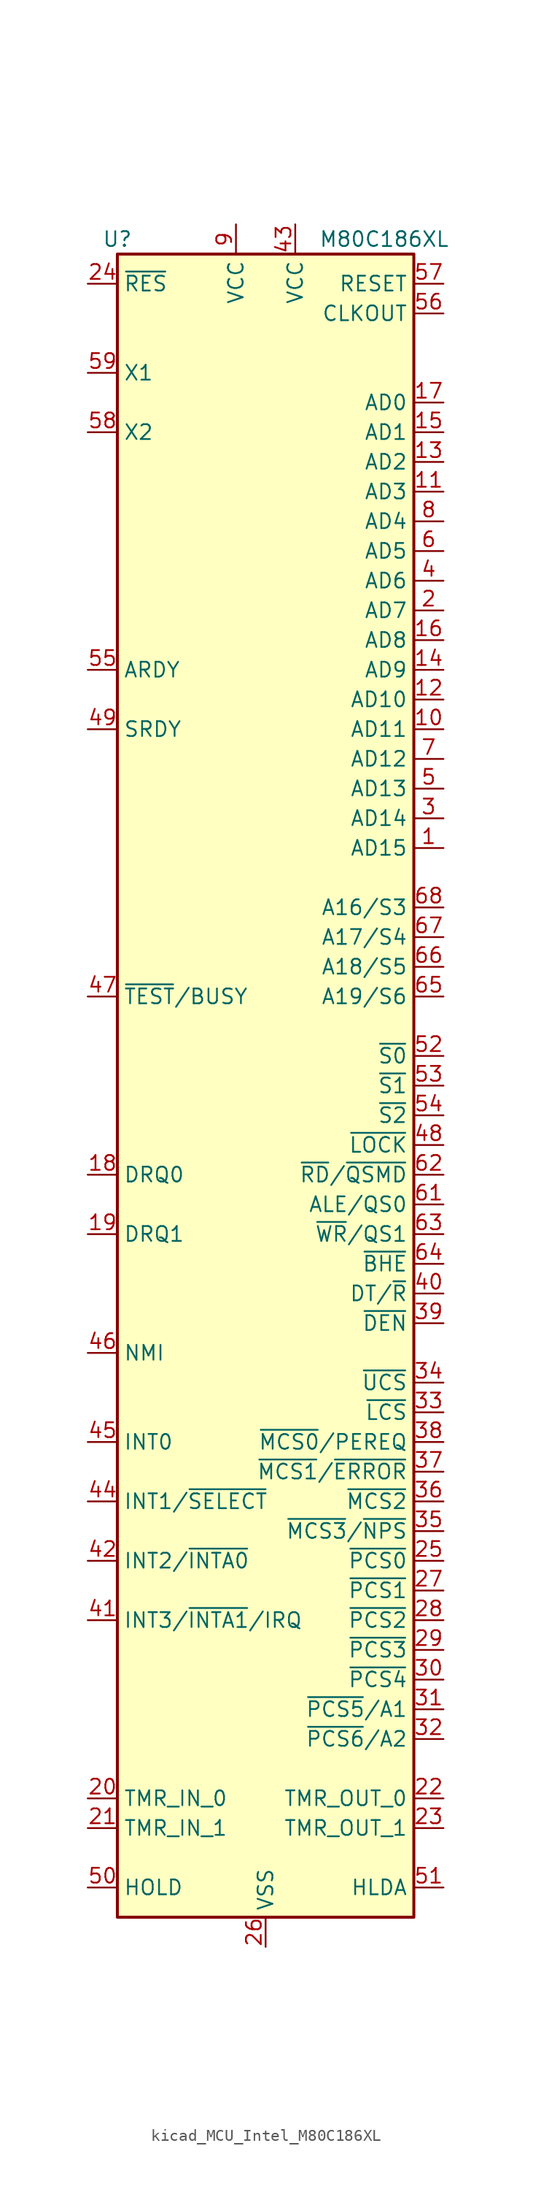
<source format=kicad_sym>
(kicad_symbol_lib
  (version 20220914)
  (generator kicad_symbol_editor)
  (symbol "kicad_MCU_Intel_M80C186XL"
    (property "Reference" "U"
      (at -12.7 72.39 0)
      (effects (font (size 1.27 1.27))))
    (property "Value" "M80C186XL"
      (at 10.16 72.39 0)
      (effects (font (size 1.27 1.27))))
    (symbol "kicad_MCU_Intel_M80C186XL_0_1"
      (rectangle (start 12.7 -71.12) (end -12.7 71.12) (stroke (width 0.254) (type default)) (fill (type background))))
    (symbol "kicad_MCU_Intel_M80C186XL_1_1"
      (pin bidirectional line (at 15.24 20.32 180) (length 2.54) (name "AD15" (effects (font (size 1.27 1.27)))) (number "1" (effects (font (size 1.27 1.27)))))
      (pin bidirectional line (at 15.24 30.48 180) (length 2.54) (name "AD11" (effects (font (size 1.27 1.27)))) (number "10" (effects (font (size 1.27 1.27)))))
      (pin bidirectional line (at 15.24 50.8 180) (length 2.54) (name "AD3" (effects (font (size 1.27 1.27)))) (number "11" (effects (font (size 1.27 1.27)))))
      (pin bidirectional line (at 15.24 33.02 180) (length 2.54) (name "AD10" (effects (font (size 1.27 1.27)))) (number "12" (effects (font (size 1.27 1.27)))))
      (pin bidirectional line (at 15.24 53.34 180) (length 2.54) (name "AD2" (effects (font (size 1.27 1.27)))) (number "13" (effects (font (size 1.27 1.27)))))
      (pin bidirectional line (at 15.24 35.56 180) (length 2.54) (name "AD9" (effects (font (size 1.27 1.27)))) (number "14" (effects (font (size 1.27 1.27)))))
      (pin bidirectional line (at 15.24 55.88 180) (length 2.54) (name "AD1" (effects (font (size 1.27 1.27)))) (number "15" (effects (font (size 1.27 1.27)))))
      (pin bidirectional line (at 15.24 38.1 180) (length 2.54) (name "AD8" (effects (font (size 1.27 1.27)))) (number "16" (effects (font (size 1.27 1.27)))))
      (pin bidirectional line (at 15.24 58.42 180) (length 2.54) (name "AD0" (effects (font (size 1.27 1.27)))) (number "17" (effects (font (size 1.27 1.27)))))
      (pin input line (at -15.24 -7.62 0) (length 2.54) (name "DRQ0" (effects (font (size 1.27 1.27)))) (number "18" (effects (font (size 1.27 1.27)))))
      (pin input line (at -15.24 -12.7 0) (length 2.54) (name "DRQ1" (effects (font (size 1.27 1.27)))) (number "19" (effects (font (size 1.27 1.27)))))
      (pin bidirectional line (at 15.24 40.64 180) (length 2.54) (name "AD7" (effects (font (size 1.27 1.27)))) (number "2" (effects (font (size 1.27 1.27)))))
      (pin input line (at -15.24 -60.96 0) (length 2.54) (name "TMR_IN_0" (effects (font (size 1.27 1.27)))) (number "20" (effects (font (size 1.27 1.27)))))
      (pin input line (at -15.24 -63.5 0) (length 2.54) (name "TMR_IN_1" (effects (font (size 1.27 1.27)))) (number "21" (effects (font (size 1.27 1.27)))))
      (pin output line (at 15.24 -60.96 180) (length 2.54) (name "TMR_OUT_0" (effects (font (size 1.27 1.27)))) (number "22" (effects (font (size 1.27 1.27)))))
      (pin output line (at 15.24 -63.5 180) (length 2.54) (name "TMR_OUT_1" (effects (font (size 1.27 1.27)))) (number "23" (effects (font (size 1.27 1.27)))))
      (pin input line (at -15.24 68.58 0) (length 2.54) (name "~{RES}" (effects (font (size 1.27 1.27)))) (number "24" (effects (font (size 1.27 1.27)))))
      (pin output line (at 15.24 -40.64 180) (length 2.54) (name "~{PCS0}" (effects (font (size 1.27 1.27)))) (number "25" (effects (font (size 1.27 1.27)))))
      (pin power_in line (at 0 -73.66 90) (length 2.54) (name "VSS" (effects (font (size 1.27 1.27)))) (number "26" (effects (font (size 1.27 1.27)))))
      (pin output line (at 15.24 -43.18 180) (length 2.54) (name "~{PCS1}" (effects (font (size 1.27 1.27)))) (number "27" (effects (font (size 1.27 1.27)))))
      (pin output line (at 15.24 -45.72 180) (length 2.54) (name "~{PCS2}" (effects (font (size 1.27 1.27)))) (number "28" (effects (font (size 1.27 1.27)))))
      (pin output line (at 15.24 -48.26 180) (length 2.54) (name "~{PCS3}" (effects (font (size 1.27 1.27)))) (number "29" (effects (font (size 1.27 1.27)))))
      (pin bidirectional line (at 15.24 22.86 180) (length 2.54) (name "AD14" (effects (font (size 1.27 1.27)))) (number "3" (effects (font (size 1.27 1.27)))))
      (pin output line (at 15.24 -50.8 180) (length 2.54) (name "~{PCS4}" (effects (font (size 1.27 1.27)))) (number "30" (effects (font (size 1.27 1.27)))))
      (pin output line (at 15.24 -53.34 180) (length 2.54) (name "~{PCS5}/A1" (effects (font (size 1.27 1.27)))) (number "31" (effects (font (size 1.27 1.27)))))
      (pin output line (at 15.24 -55.88 180) (length 2.54) (name "~{PCS6}/A2" (effects (font (size 1.27 1.27)))) (number "32" (effects (font (size 1.27 1.27)))))
      (pin bidirectional line (at 15.24 -27.94 180) (length 2.54) (name "~{LCS}" (effects (font (size 1.27 1.27)))) (number "33" (effects (font (size 1.27 1.27)))))
      (pin bidirectional line (at 15.24 -25.4 180) (length 2.54) (name "~{UCS}" (effects (font (size 1.27 1.27)))) (number "34" (effects (font (size 1.27 1.27)))))
      (pin output line (at 15.24 -38.1 180) (length 2.54) (name "~{MCS3}/~{NPS}" (effects (font (size 1.27 1.27)))) (number "35" (effects (font (size 1.27 1.27)))))
      (pin output line (at 15.24 -35.56 180) (length 2.54) (name "~{MCS2}" (effects (font (size 1.27 1.27)))) (number "36" (effects (font (size 1.27 1.27)))))
      (pin bidirectional line (at 15.24 -33.02 180) (length 2.54) (name "~{MCS1}/~{ERROR}" (effects (font (size 1.27 1.27)))) (number "37" (effects (font (size 1.27 1.27)))))
      (pin bidirectional line (at 15.24 -30.48 180) (length 2.54) (name "~{MCS0}/PEREQ" (effects (font (size 1.27 1.27)))) (number "38" (effects (font (size 1.27 1.27)))))
      (pin output line (at 15.24 -20.32 180) (length 2.54) (name "~{DEN}" (effects (font (size 1.27 1.27)))) (number "39" (effects (font (size 1.27 1.27)))))
      (pin bidirectional line (at 15.24 43.18 180) (length 2.54) (name "AD6" (effects (font (size 1.27 1.27)))) (number "4" (effects (font (size 1.27 1.27)))))
      (pin output line (at 15.24 -17.78 180) (length 2.54) (name "DT/~{R}" (effects (font (size 1.27 1.27)))) (number "40" (effects (font (size 1.27 1.27)))))
      (pin bidirectional line (at -15.24 -45.72 0) (length 2.54) (name "INT3/~{INTA1}/IRQ" (effects (font (size 1.27 1.27)))) (number "41" (effects (font (size 1.27 1.27)))))
      (pin bidirectional line (at -15.24 -40.64 0) (length 2.54) (name "INT2/~{INTA0}" (effects (font (size 1.27 1.27)))) (number "42" (effects (font (size 1.27 1.27)))))
      (pin power_in line (at 2.54 73.66 270) (length 2.54) (name "VCC" (effects (font (size 1.27 1.27)))) (number "43" (effects (font (size 1.27 1.27)))))
      (pin input line (at -15.24 -35.56 0) (length 2.54) (name "INT1/~{SELECT}" (effects (font (size 1.27 1.27)))) (number "44" (effects (font (size 1.27 1.27)))))
      (pin input line (at -15.24 -30.48 0) (length 2.54) (name "INT0" (effects (font (size 1.27 1.27)))) (number "45" (effects (font (size 1.27 1.27)))))
      (pin input line (at -15.24 -22.86 0) (length 2.54) (name "NMI" (effects (font (size 1.27 1.27)))) (number "46" (effects (font (size 1.27 1.27)))))
      (pin bidirectional line (at -15.24 7.62 0) (length 2.54) (name "~{TEST}/BUSY" (effects (font (size 1.27 1.27)))) (number "47" (effects (font (size 1.27 1.27)))))
      (pin output line (at 15.24 -5.08 180) (length 2.54) (name "~{LOCK}" (effects (font (size 1.27 1.27)))) (number "48" (effects (font (size 1.27 1.27)))))
      (pin input line (at -15.24 30.48 0) (length 2.54) (name "SRDY" (effects (font (size 1.27 1.27)))) (number "49" (effects (font (size 1.27 1.27)))))
      (pin bidirectional line (at 15.24 25.4 180) (length 2.54) (name "AD13" (effects (font (size 1.27 1.27)))) (number "5" (effects (font (size 1.27 1.27)))))
      (pin input line (at -15.24 -68.58 0) (length 2.54) (name "HOLD" (effects (font (size 1.27 1.27)))) (number "50" (effects (font (size 1.27 1.27)))))
      (pin output line (at 15.24 -68.58 180) (length 2.54) (name "HLDA" (effects (font (size 1.27 1.27)))) (number "51" (effects (font (size 1.27 1.27)))))
      (pin output line (at 15.24 2.54 180) (length 2.54) (name "~{S0}" (effects (font (size 1.27 1.27)))) (number "52" (effects (font (size 1.27 1.27)))))
      (pin output line (at 15.24 0 180) (length 2.54) (name "~{S1}" (effects (font (size 1.27 1.27)))) (number "53" (effects (font (size 1.27 1.27)))))
      (pin output line (at 15.24 -2.54 180) (length 2.54) (name "~{S2}" (effects (font (size 1.27 1.27)))) (number "54" (effects (font (size 1.27 1.27)))))
      (pin input line (at -15.24 35.56 0) (length 2.54) (name "ARDY" (effects (font (size 1.27 1.27)))) (number "55" (effects (font (size 1.27 1.27)))))
      (pin output line (at 15.24 66.04 180) (length 2.54) (name "CLKOUT" (effects (font (size 1.27 1.27)))) (number "56" (effects (font (size 1.27 1.27)))))
      (pin output line (at 15.24 68.58 180) (length 2.54) (name "RESET" (effects (font (size 1.27 1.27)))) (number "57" (effects (font (size 1.27 1.27)))))
      (pin output line (at -15.24 55.88 0) (length 2.54) (name "X2" (effects (font (size 1.27 1.27)))) (number "58" (effects (font (size 1.27 1.27)))))
      (pin input line (at -15.24 60.96 0) (length 2.54) (name "X1" (effects (font (size 1.27 1.27)))) (number "59" (effects (font (size 1.27 1.27)))))
      (pin bidirectional line (at 15.24 45.72 180) (length 2.54) (name "AD5" (effects (font (size 1.27 1.27)))) (number "6" (effects (font (size 1.27 1.27)))))
      (pin passive line (at 0 -73.66 90) (length 2.54) hide (name "VSS" (effects (font (size 1.27 1.27)))) (number "60" (effects (font (size 1.27 1.27)))))
      (pin output line (at 15.24 -10.16 180) (length 2.54) (name "ALE/QS0" (effects (font (size 1.27 1.27)))) (number "61" (effects (font (size 1.27 1.27)))))
      (pin bidirectional line (at 15.24 -7.62 180) (length 2.54) (name "~{RD}/~{QSMD}" (effects (font (size 1.27 1.27)))) (number "62" (effects (font (size 1.27 1.27)))))
      (pin output line (at 15.24 -12.7 180) (length 2.54) (name "~{WR}/QS1" (effects (font (size 1.27 1.27)))) (number "63" (effects (font (size 1.27 1.27)))))
      (pin output line (at 15.24 -15.24 180) (length 2.54) (name "~{BHE}" (effects (font (size 1.27 1.27)))) (number "64" (effects (font (size 1.27 1.27)))))
      (pin output line (at 15.24 7.62 180) (length 2.54) (name "A19/S6" (effects (font (size 1.27 1.27)))) (number "65" (effects (font (size 1.27 1.27)))))
      (pin output line (at 15.24 10.16 180) (length 2.54) (name "A18/S5" (effects (font (size 1.27 1.27)))) (number "66" (effects (font (size 1.27 1.27)))))
      (pin output line (at 15.24 12.7 180) (length 2.54) (name "A17/S4" (effects (font (size 1.27 1.27)))) (number "67" (effects (font (size 1.27 1.27)))))
      (pin output line (at 15.24 15.24 180) (length 2.54) (name "A16/S3" (effects (font (size 1.27 1.27)))) (number "68" (effects (font (size 1.27 1.27)))))
      (pin bidirectional line (at 15.24 27.94 180) (length 2.54) (name "AD12" (effects (font (size 1.27 1.27)))) (number "7" (effects (font (size 1.27 1.27)))))
      (pin bidirectional line (at 15.24 48.26 180) (length 2.54) (name "AD4" (effects (font (size 1.27 1.27)))) (number "8" (effects (font (size 1.27 1.27)))))
      (pin power_in line (at -2.54 73.66 270) (length 2.54) (name "VCC" (effects (font (size 1.27 1.27)))) (number "9" (effects (font (size 1.27 1.27))))))))
</source>
